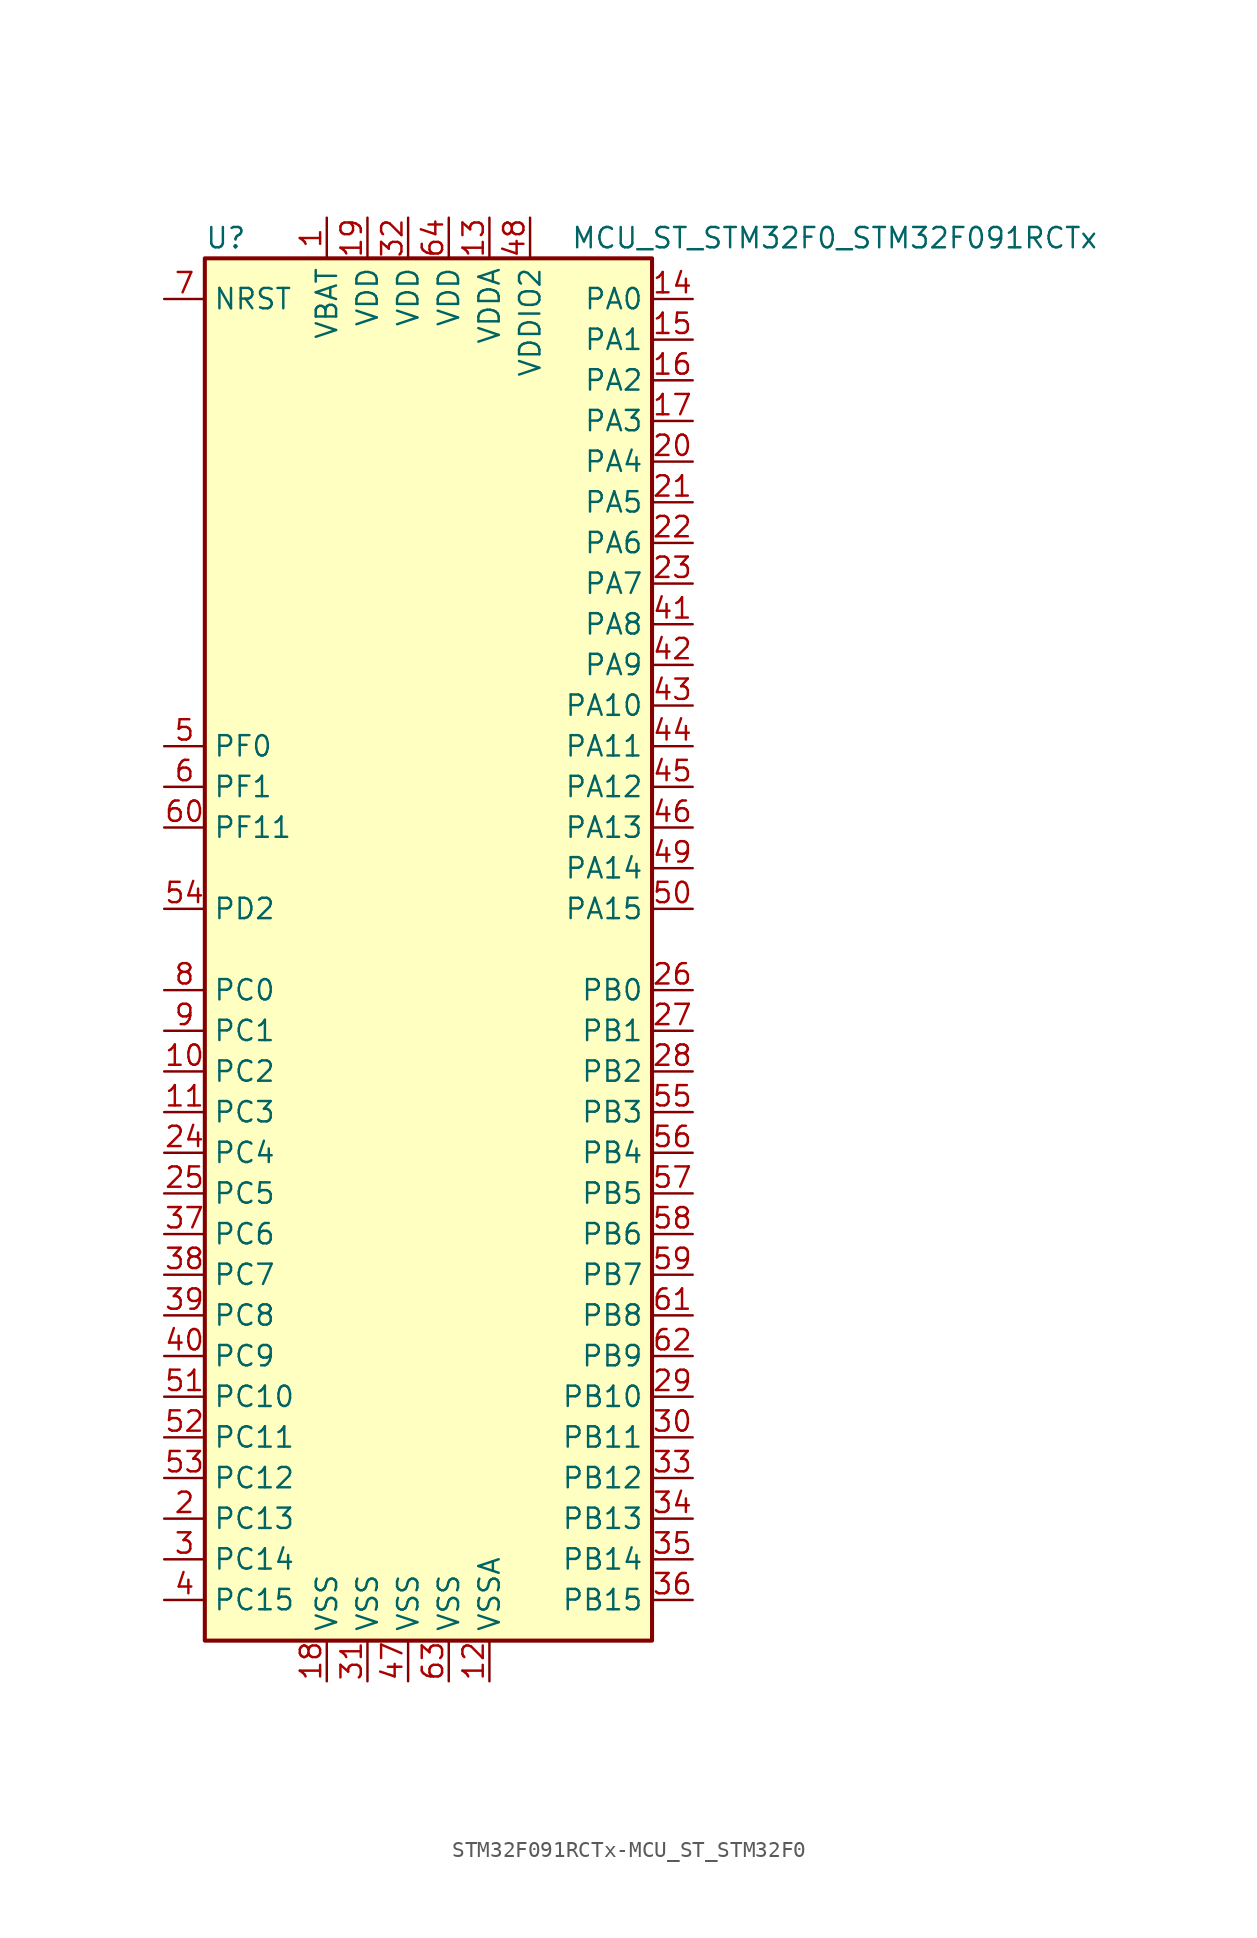
<source format=kicad_sym>
(kicad_symbol_lib
  (version 20220914)
  (generator kicad_symbol_editor)
  (symbol "STM32F091RCTx-MCU_ST_STM32F0"
    (property "Reference" "U"
      (at -15.24 44.45 0)
      (effects (font (size 1.27 1.27)) (justify left)))
    (property "Value" "MCU_ST_STM32F0_STM32F091RCTx"
      (at 7.62 44.45 0)
      (effects (font (size 1.27 1.27)) (justify left)))
    (symbol "STM32F091RCTx-MCU_ST_STM32F0_0_1"
      (rectangle (start -15.24 -43.18) (end 12.7 43.18) (stroke (width 0.254) (type solid)) (fill (type background))))
    (symbol "STM32F091RCTx-MCU_ST_STM32F0_1_1"
      (pin power_in line (at -7.62 45.72 270) (length 2.54) (name "VBAT" (effects (font (size 1.27 1.27)))) (number "1" (effects (font (size 1.27 1.27)))))
      (pin bidirectional line (at -17.78 -7.62 0) (length 2.54) (name "PC2" (effects (font (size 1.27 1.27)))) (number "10" (effects (font (size 1.27 1.27)))))
      (pin bidirectional line (at -17.78 -10.16 0) (length 2.54) (name "PC3" (effects (font (size 1.27 1.27)))) (number "11" (effects (font (size 1.27 1.27)))))
      (pin power_in line (at 2.54 -45.72 90) (length 2.54) (name "VSSA" (effects (font (size 1.27 1.27)))) (number "12" (effects (font (size 1.27 1.27)))))
      (pin power_in line (at 2.54 45.72 270) (length 2.54) (name "VDDA" (effects (font (size 1.27 1.27)))) (number "13" (effects (font (size 1.27 1.27)))))
      (pin bidirectional line (at 15.24 40.64 180) (length 2.54) (name "PA0" (effects (font (size 1.27 1.27)))) (number "14" (effects (font (size 1.27 1.27)))))
      (pin bidirectional line (at 15.24 38.1 180) (length 2.54) (name "PA1" (effects (font (size 1.27 1.27)))) (number "15" (effects (font (size 1.27 1.27)))))
      (pin bidirectional line (at 15.24 35.56 180) (length 2.54) (name "PA2" (effects (font (size 1.27 1.27)))) (number "16" (effects (font (size 1.27 1.27)))))
      (pin bidirectional line (at 15.24 33.02 180) (length 2.54) (name "PA3" (effects (font (size 1.27 1.27)))) (number "17" (effects (font (size 1.27 1.27)))))
      (pin power_in line (at -7.62 -45.72 90) (length 2.54) (name "VSS" (effects (font (size 1.27 1.27)))) (number "18" (effects (font (size 1.27 1.27)))))
      (pin power_in line (at -5.08 45.72 270) (length 2.54) (name "VDD" (effects (font (size 1.27 1.27)))) (number "19" (effects (font (size 1.27 1.27)))))
      (pin bidirectional line (at -17.78 -35.56 0) (length 2.54) (name "PC13" (effects (font (size 1.27 1.27)))) (number "2" (effects (font (size 1.27 1.27)))))
      (pin bidirectional line (at 15.24 30.48 180) (length 2.54) (name "PA4" (effects (font (size 1.27 1.27)))) (number "20" (effects (font (size 1.27 1.27)))))
      (pin bidirectional line (at 15.24 27.94 180) (length 2.54) (name "PA5" (effects (font (size 1.27 1.27)))) (number "21" (effects (font (size 1.27 1.27)))))
      (pin bidirectional line (at 15.24 25.4 180) (length 2.54) (name "PA6" (effects (font (size 1.27 1.27)))) (number "22" (effects (font (size 1.27 1.27)))))
      (pin bidirectional line (at 15.24 22.86 180) (length 2.54) (name "PA7" (effects (font (size 1.27 1.27)))) (number "23" (effects (font (size 1.27 1.27)))))
      (pin bidirectional line (at -17.78 -12.7 0) (length 2.54) (name "PC4" (effects (font (size 1.27 1.27)))) (number "24" (effects (font (size 1.27 1.27)))))
      (pin bidirectional line (at -17.78 -15.24 0) (length 2.54) (name "PC5" (effects (font (size 1.27 1.27)))) (number "25" (effects (font (size 1.27 1.27)))))
      (pin bidirectional line (at 15.24 -2.54 180) (length 2.54) (name "PB0" (effects (font (size 1.27 1.27)))) (number "26" (effects (font (size 1.27 1.27)))))
      (pin bidirectional line (at 15.24 -5.08 180) (length 2.54) (name "PB1" (effects (font (size 1.27 1.27)))) (number "27" (effects (font (size 1.27 1.27)))))
      (pin bidirectional line (at 15.24 -7.62 180) (length 2.54) (name "PB2" (effects (font (size 1.27 1.27)))) (number "28" (effects (font (size 1.27 1.27)))))
      (pin bidirectional line (at 15.24 -27.94 180) (length 2.54) (name "PB10" (effects (font (size 1.27 1.27)))) (number "29" (effects (font (size 1.27 1.27)))))
      (pin bidirectional line (at -17.78 -38.1 0) (length 2.54) (name "PC14" (effects (font (size 1.27 1.27)))) (number "3" (effects (font (size 1.27 1.27)))))
      (pin bidirectional line (at 15.24 -30.48 180) (length 2.54) (name "PB11" (effects (font (size 1.27 1.27)))) (number "30" (effects (font (size 1.27 1.27)))))
      (pin power_in line (at -5.08 -45.72 90) (length 2.54) (name "VSS" (effects (font (size 1.27 1.27)))) (number "31" (effects (font (size 1.27 1.27)))))
      (pin power_in line (at -2.54 45.72 270) (length 2.54) (name "VDD" (effects (font (size 1.27 1.27)))) (number "32" (effects (font (size 1.27 1.27)))))
      (pin bidirectional line (at 15.24 -33.02 180) (length 2.54) (name "PB12" (effects (font (size 1.27 1.27)))) (number "33" (effects (font (size 1.27 1.27)))))
      (pin bidirectional line (at 15.24 -35.56 180) (length 2.54) (name "PB13" (effects (font (size 1.27 1.27)))) (number "34" (effects (font (size 1.27 1.27)))))
      (pin bidirectional line (at 15.24 -38.1 180) (length 2.54) (name "PB14" (effects (font (size 1.27 1.27)))) (number "35" (effects (font (size 1.27 1.27)))))
      (pin bidirectional line (at 15.24 -40.64 180) (length 2.54) (name "PB15" (effects (font (size 1.27 1.27)))) (number "36" (effects (font (size 1.27 1.27)))))
      (pin bidirectional line (at -17.78 -17.78 0) (length 2.54) (name "PC6" (effects (font (size 1.27 1.27)))) (number "37" (effects (font (size 1.27 1.27)))))
      (pin bidirectional line (at -17.78 -20.32 0) (length 2.54) (name "PC7" (effects (font (size 1.27 1.27)))) (number "38" (effects (font (size 1.27 1.27)))))
      (pin bidirectional line (at -17.78 -22.86 0) (length 2.54) (name "PC8" (effects (font (size 1.27 1.27)))) (number "39" (effects (font (size 1.27 1.27)))))
      (pin bidirectional line (at -17.78 -40.64 0) (length 2.54) (name "PC15" (effects (font (size 1.27 1.27)))) (number "4" (effects (font (size 1.27 1.27)))))
      (pin bidirectional line (at -17.78 -25.4 0) (length 2.54) (name "PC9" (effects (font (size 1.27 1.27)))) (number "40" (effects (font (size 1.27 1.27)))))
      (pin bidirectional line (at 15.24 20.32 180) (length 2.54) (name "PA8" (effects (font (size 1.27 1.27)))) (number "41" (effects (font (size 1.27 1.27)))))
      (pin bidirectional line (at 15.24 17.78 180) (length 2.54) (name "PA9" (effects (font (size 1.27 1.27)))) (number "42" (effects (font (size 1.27 1.27)))))
      (pin bidirectional line (at 15.24 15.24 180) (length 2.54) (name "PA10" (effects (font (size 1.27 1.27)))) (number "43" (effects (font (size 1.27 1.27)))))
      (pin bidirectional line (at 15.24 12.7 180) (length 2.54) (name "PA11" (effects (font (size 1.27 1.27)))) (number "44" (effects (font (size 1.27 1.27)))))
      (pin bidirectional line (at 15.24 10.16 180) (length 2.54) (name "PA12" (effects (font (size 1.27 1.27)))) (number "45" (effects (font (size 1.27 1.27)))))
      (pin bidirectional line (at 15.24 7.62 180) (length 2.54) (name "PA13" (effects (font (size 1.27 1.27)))) (number "46" (effects (font (size 1.27 1.27)))))
      (pin power_in line (at -2.54 -45.72 90) (length 2.54) (name "VSS" (effects (font (size 1.27 1.27)))) (number "47" (effects (font (size 1.27 1.27)))))
      (pin power_in line (at 5.08 45.72 270) (length 2.54) (name "VDDIO2" (effects (font (size 1.27 1.27)))) (number "48" (effects (font (size 1.27 1.27)))))
      (pin bidirectional line (at 15.24 5.08 180) (length 2.54) (name "PA14" (effects (font (size 1.27 1.27)))) (number "49" (effects (font (size 1.27 1.27)))))
      (pin input line (at -17.78 12.7 0) (length 2.54) (name "PF0" (effects (font (size 1.27 1.27)))) (number "5" (effects (font (size 1.27 1.27)))))
      (pin bidirectional line (at 15.24 2.54 180) (length 2.54) (name "PA15" (effects (font (size 1.27 1.27)))) (number "50" (effects (font (size 1.27 1.27)))))
      (pin bidirectional line (at -17.78 -27.94 0) (length 2.54) (name "PC10" (effects (font (size 1.27 1.27)))) (number "51" (effects (font (size 1.27 1.27)))))
      (pin bidirectional line (at -17.78 -30.48 0) (length 2.54) (name "PC11" (effects (font (size 1.27 1.27)))) (number "52" (effects (font (size 1.27 1.27)))))
      (pin bidirectional line (at -17.78 -33.02 0) (length 2.54) (name "PC12" (effects (font (size 1.27 1.27)))) (number "53" (effects (font (size 1.27 1.27)))))
      (pin bidirectional line (at -17.78 2.54 0) (length 2.54) (name "PD2" (effects (font (size 1.27 1.27)))) (number "54" (effects (font (size 1.27 1.27)))))
      (pin bidirectional line (at 15.24 -10.16 180) (length 2.54) (name "PB3" (effects (font (size 1.27 1.27)))) (number "55" (effects (font (size 1.27 1.27)))))
      (pin bidirectional line (at 15.24 -12.7 180) (length 2.54) (name "PB4" (effects (font (size 1.27 1.27)))) (number "56" (effects (font (size 1.27 1.27)))))
      (pin bidirectional line (at 15.24 -15.24 180) (length 2.54) (name "PB5" (effects (font (size 1.27 1.27)))) (number "57" (effects (font (size 1.27 1.27)))))
      (pin bidirectional line (at 15.24 -17.78 180) (length 2.54) (name "PB6" (effects (font (size 1.27 1.27)))) (number "58" (effects (font (size 1.27 1.27)))))
      (pin bidirectional line (at 15.24 -20.32 180) (length 2.54) (name "PB7" (effects (font (size 1.27 1.27)))) (number "59" (effects (font (size 1.27 1.27)))))
      (pin input line (at -17.78 10.16 0) (length 2.54) (name "PF1" (effects (font (size 1.27 1.27)))) (number "6" (effects (font (size 1.27 1.27)))))
      (pin bidirectional line (at -17.78 7.62 0) (length 2.54) (name "PF11" (effects (font (size 1.27 1.27)))) (number "60" (effects (font (size 1.27 1.27)))))
      (pin bidirectional line (at 15.24 -22.86 180) (length 2.54) (name "PB8" (effects (font (size 1.27 1.27)))) (number "61" (effects (font (size 1.27 1.27)))))
      (pin bidirectional line (at 15.24 -25.4 180) (length 2.54) (name "PB9" (effects (font (size 1.27 1.27)))) (number "62" (effects (font (size 1.27 1.27)))))
      (pin power_in line (at 0 -45.72 90) (length 2.54) (name "VSS" (effects (font (size 1.27 1.27)))) (number "63" (effects (font (size 1.27 1.27)))))
      (pin power_in line (at 0 45.72 270) (length 2.54) (name "VDD" (effects (font (size 1.27 1.27)))) (number "64" (effects (font (size 1.27 1.27)))))
      (pin input line (at -17.78 40.64 0) (length 2.54) (name "NRST" (effects (font (size 1.27 1.27)))) (number "7" (effects (font (size 1.27 1.27)))))
      (pin bidirectional line (at -17.78 -2.54 0) (length 2.54) (name "PC0" (effects (font (size 1.27 1.27)))) (number "8" (effects (font (size 1.27 1.27)))))
      (pin bidirectional line (at -17.78 -5.08 0) (length 2.54) (name "PC1" (effects (font (size 1.27 1.27)))) (number "9" (effects (font (size 1.27 1.27))))))))
</source>
